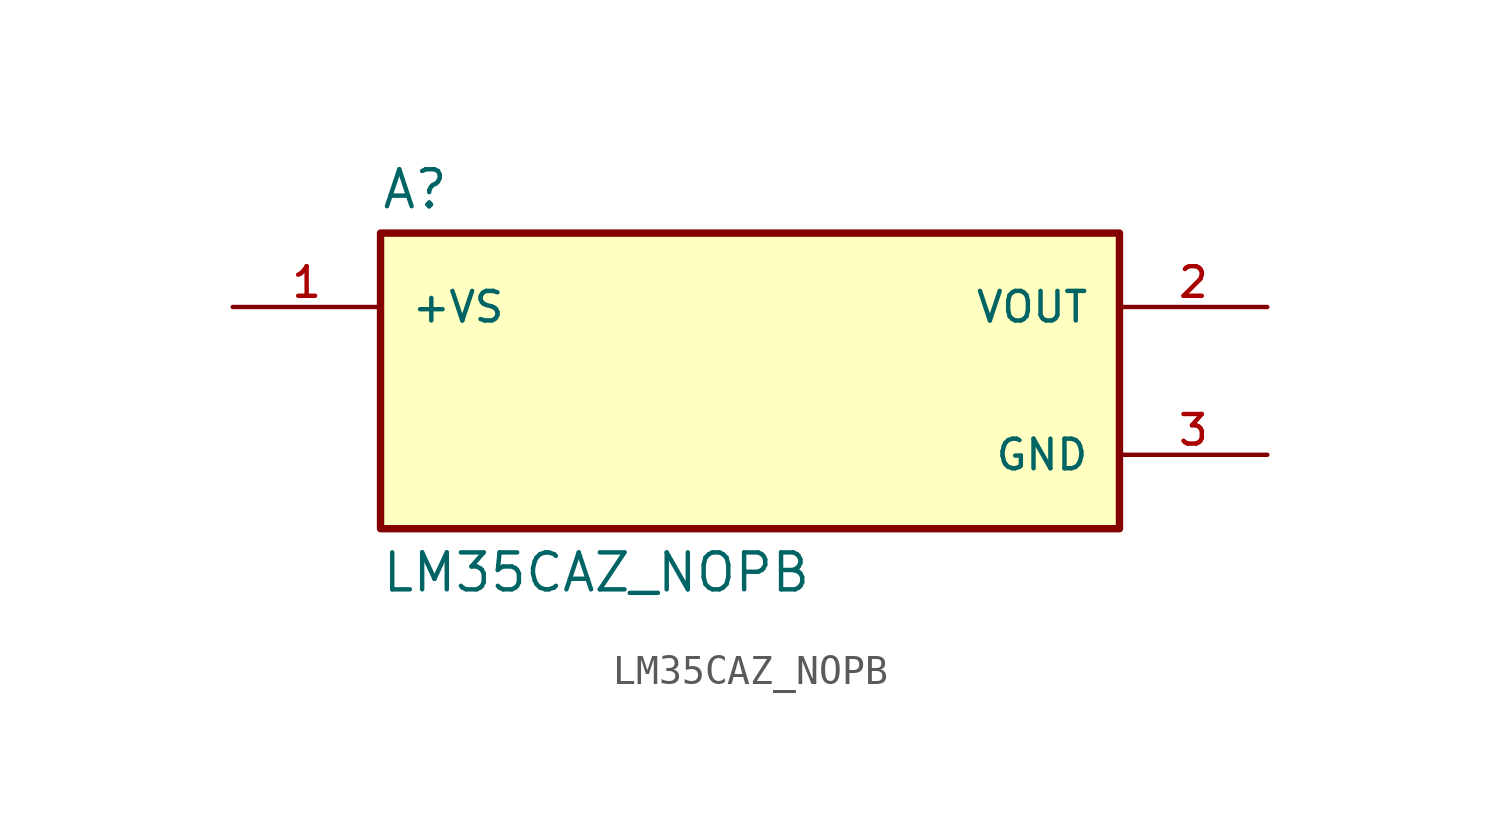
<source format=kicad_sym>
(kicad_symbol_lib
  (version 20211014)
  (generator kicad_symbol_editor)
  (symbol "LM35CAZ_NOPB"
    (pin_names
      (offset 1.016))
    (property "Reference" "A"
      (at -12.7 5.842 0)
      (effects (font (size 1.27 1.27)) (justify bottom left)))
    (property "Value" "LM35CAZ_NOPB"
      (at -12.7 -5.842 0)
      (effects (font (size 1.27 1.27)) (justify top left)))
    (symbol "LM35CAZ_NOPB_0_0"
      (rectangle (start -12.7 -5.08) (end 12.7 5.08) (stroke (width 0.254)) (fill (type background)))
      (pin power_in line (at -17.78 2.54 0) (length 5.08) (name "+VS" (effects (font (size 1.016 1.016)))) (number "1" (effects (font (size 1.016 1.016)))))
      (pin output line (at 17.78 2.54 180.0) (length 5.08) (name "VOUT" (effects (font (size 1.016 1.016)))) (number "2" (effects (font (size 1.016 1.016)))))
      (pin power_in line (at 17.78 -2.54 180.0) (length 5.08) (name "GND" (effects (font (size 1.016 1.016)))) (number "3" (effects (font (size 1.016 1.016))))))))
</source>
